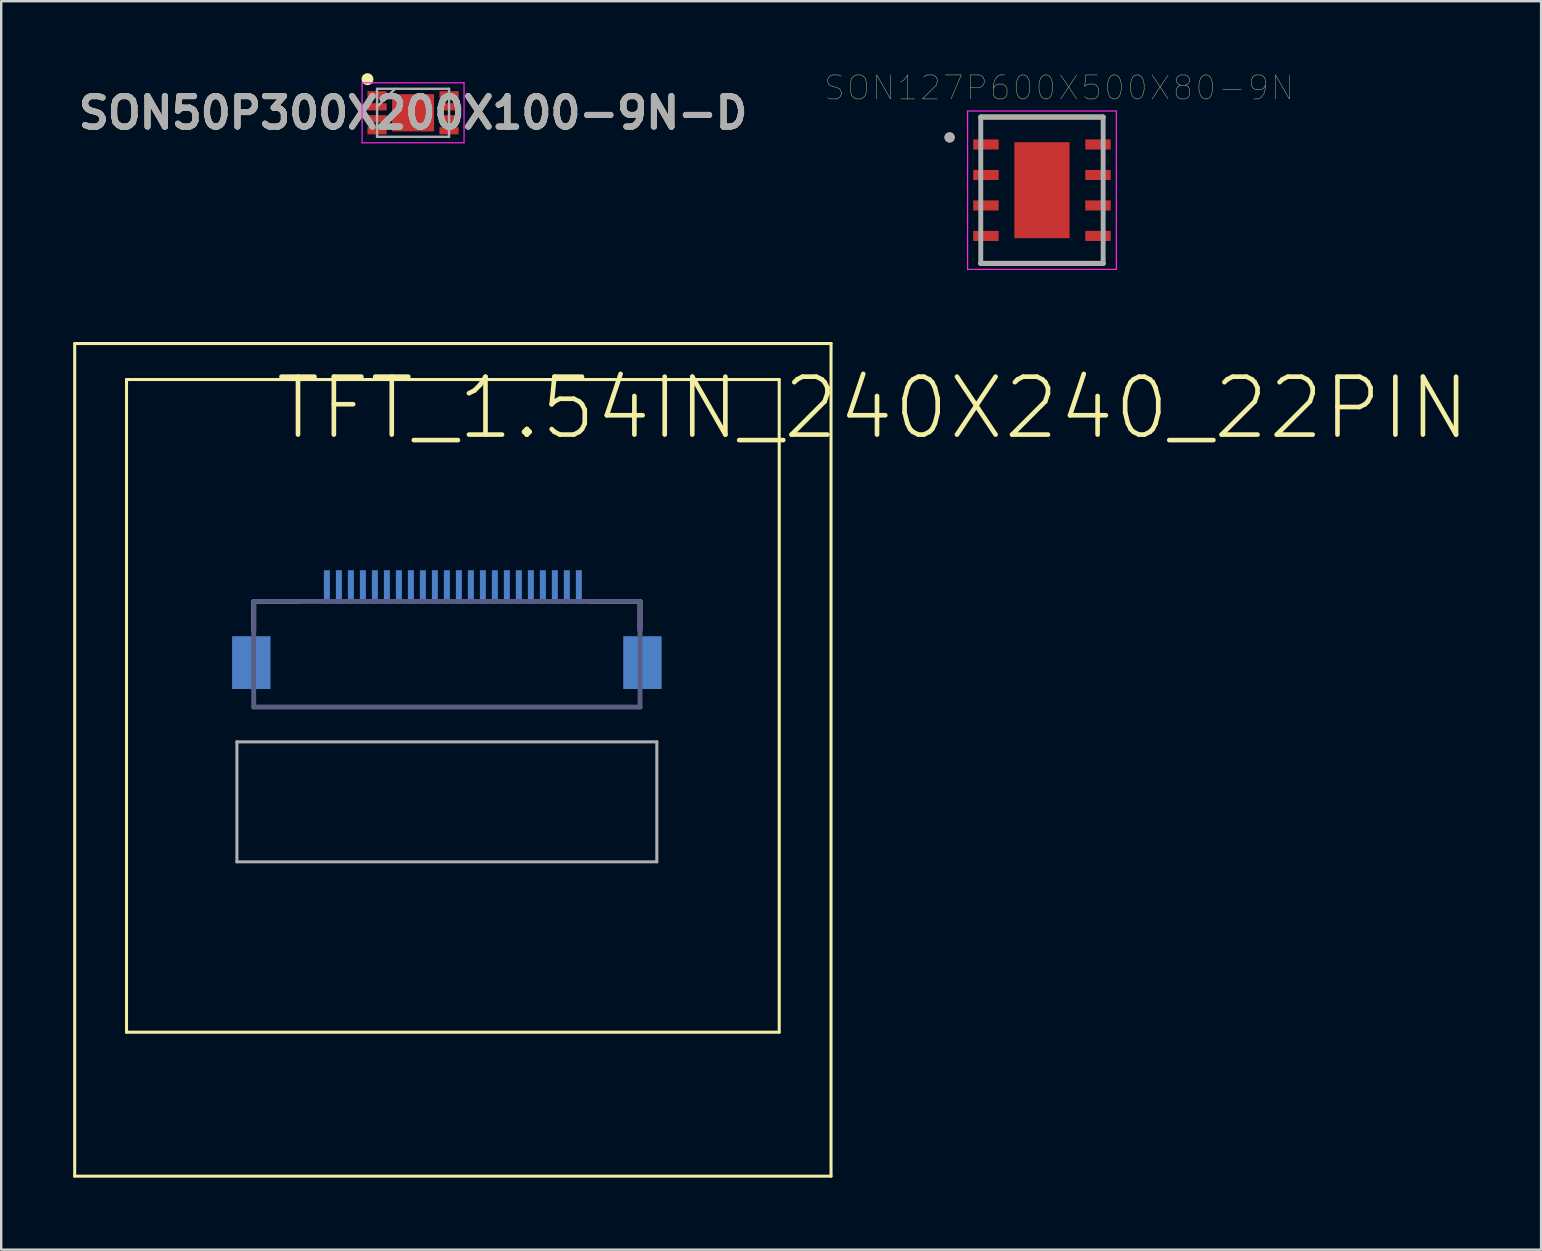
<source format=kicad_pcb>
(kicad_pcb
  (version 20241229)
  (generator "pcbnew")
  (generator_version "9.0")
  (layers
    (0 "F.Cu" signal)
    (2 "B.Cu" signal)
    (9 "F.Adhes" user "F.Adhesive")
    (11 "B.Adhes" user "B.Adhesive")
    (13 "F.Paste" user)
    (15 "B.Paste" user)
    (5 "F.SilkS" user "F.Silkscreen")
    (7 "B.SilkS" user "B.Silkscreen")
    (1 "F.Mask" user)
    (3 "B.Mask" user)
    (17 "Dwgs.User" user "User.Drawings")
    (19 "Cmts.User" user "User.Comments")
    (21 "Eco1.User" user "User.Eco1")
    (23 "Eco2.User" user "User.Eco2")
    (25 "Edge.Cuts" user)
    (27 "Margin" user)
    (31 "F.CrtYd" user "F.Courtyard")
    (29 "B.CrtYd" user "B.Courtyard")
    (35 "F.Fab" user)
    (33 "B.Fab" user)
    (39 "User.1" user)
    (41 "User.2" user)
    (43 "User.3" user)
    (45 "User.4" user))
  (footprint "SON127P600X500X80-9N"
    (layer "F.Cu")
    (at 40.373 4.877)
    (property "Reference" "SON127P600X500X80-9N" (at 0.71 -4.266 0) (layer "F.SilkS") (effects (font (size 1 1) (thickness 0.015))))
    (attr through_hole)
    (fp_line (start -2.55 -3.05) (end 2.55 -3.05) (stroke (width 0.203) (type solid)) (layer "F.SilkS"))
    (fp_line (start 2.55 3.05) (end -2.55 3.05) (stroke (width 0.203) (type solid)) (layer "F.SilkS"))
    (fp_circle (center -3.85 -2.2) (end -3.738 -2.2) (stroke (width 0.2) (type solid)) (fill no) (layer "F.SilkS"))
    (fp_poly (pts (xy -0.87 -1.72) (xy -0.14 -1.72) (xy -0.14 -0.14) (xy -0.87 -0.14)) (stroke (width 0.01) (type solid)) (fill yes) (layer "F.Paste"))
    (fp_poly (pts (xy -0.87 0.14) (xy -0.14 0.14) (xy -0.14 1.72) (xy -0.87 1.72)) (stroke (width 0.01) (type solid)) (fill yes) (layer "F.Paste"))
    (fp_poly (pts (xy 0.14 -1.72) (xy 0.87 -1.72) (xy 0.87 -0.14) (xy 0.14 -0.14)) (stroke (width 0.01) (type solid)) (fill yes) (layer "F.Paste"))
    (fp_poly (pts (xy 0.14 0.14) (xy 0.87 0.14) (xy 0.87 1.72) (xy 0.14 1.72)) (stroke (width 0.01) (type solid)) (fill yes) (layer "F.Paste"))
    (fp_line (start -3.1 -3.3) (end 3.1 -3.3) (stroke (width 0.05) (type solid)) (layer "F.CrtYd"))
    (fp_line (start -3.1 3.3) (end -3.1 -3.3) (stroke (width 0.05) (type solid)) (layer "F.CrtYd"))
    (fp_line (start 3.1 -3.3) (end 3.1 3.3) (stroke (width 0.05) (type solid)) (layer "F.CrtYd"))
    (fp_line (start 3.1 3.3) (end -3.1 3.3) (stroke (width 0.05) (type solid)) (layer "F.CrtYd"))
    (fp_line (start -2.55 -3.05) (end 2.55 -3.05) (stroke (width 0.203) (type solid)) (layer "F.Fab"))
    (fp_line (start -2.55 3.05) (end -2.55 -3.05) (stroke (width 0.203) (type solid)) (layer "F.Fab"))
    (fp_line (start 2.55 -3.05) (end 2.55 3.05) (stroke (width 0.203) (type solid)) (layer "F.Fab"))
    (fp_line (start 2.55 3.05) (end -2.55 3.05) (stroke (width 0.203) (type solid)) (layer "F.Fab"))
    (fp_circle (center -3.85 -2.2) (end -3.738 -2.2) (stroke (width 0.2) (type solid)) (fill no) (layer "F.Fab"))
    (pad "1" smd rect (at -2.335 -1.905) (size 1.06 0.42) (layers "F.Cu" "F.Mask" "F.Paste"))
    (pad "2" smd rect (at -2.335 -0.635) (size 1.06 0.42) (layers "F.Cu" "F.Mask" "F.Paste"))
    (pad "3" smd rect (at -2.335 0.635) (size 1.06 0.42) (layers "F.Cu" "F.Mask" "F.Paste"))
    (pad "4" smd rect (at -2.335 1.905) (size 1.06 0.42) (layers "F.Cu" "F.Mask" "F.Paste"))
    (pad "5" smd rect (at 2.335 1.905) (size 1.06 0.42) (layers "F.Cu" "F.Mask" "F.Paste"))
    (pad "6" smd rect (at 2.335 0.635) (size 1.06 0.42) (layers "F.Cu" "F.Mask" "F.Paste"))
    (pad "7" smd rect (at 2.335 -0.635) (size 1.06 0.42) (layers "F.Cu" "F.Mask" "F.Paste"))
    (pad "8" smd rect (at 2.335 -1.905) (size 1.06 0.42) (layers "F.Cu" "F.Mask" "F.Paste"))
    (pad "9" smd rect (at 0 0) (size 2.3 4) (layers "F.Cu" "F.Mask")))
  (footprint "TFT_1.54IN_240X240_22PIN"
    (layer "F.Cu")
    (at 15.823 24.136)
    (property "Reference" "TFT_1.54IN_240X240_22PIN" (at -7.5 -8.77 0) (layer "F.SilkS") (effects (font (size 2.413 2.413) (thickness 0.193)) (justify left bottom)))
    (attr through_hole)
    (fp_line (start -15.76 -12.87) (end 15.76 -12.87) (stroke (width 0.127) (type solid)) (layer "F.SilkS"))
    (fp_line (start -15.76 21.83) (end -15.76 -12.87) (stroke (width 0.127) (type solid)) (layer "F.SilkS"))
    (fp_line (start -13.6 -11.37) (end 13.6 -11.37) (stroke (width 0.127) (type solid)) (layer "F.SilkS"))
    (fp_line (start -13.6 15.83) (end -13.6 -11.37) (stroke (width 0.127) (type solid)) (layer "F.SilkS"))
    (fp_line (start 13.6 -11.37) (end 13.6 15.83) (stroke (width 0.127) (type solid)) (layer "F.SilkS"))
    (fp_line (start 13.6 15.83) (end -13.6 15.83) (stroke (width 0.127) (type solid)) (layer "F.SilkS"))
    (fp_line (start 15.76 -12.87) (end 15.76 21.83) (stroke (width 0.127) (type solid)) (layer "F.SilkS"))
    (fp_line (start 15.76 21.83) (end -15.76 21.83) (stroke (width 0.127) (type solid)) (layer "F.SilkS"))
    (fp_line (start -8.3 -2.122) (end -8.3 -0.922) (stroke (width 0.203) (type solid)) (layer "B.SilkS"))
    (fp_line (start -6.4 -2.122) (end -8.3 -2.122) (stroke (width 0.203) (type solid)) (layer "B.SilkS"))
    (fp_line (start 5.7 -2.122) (end 7.8 -2.122) (stroke (width 0.203) (type solid)) (layer "B.SilkS"))
    (fp_line (start 7.8 -2.122) (end 7.8 -0.922) (stroke (width 0.203) (type solid)) (layer "B.SilkS"))
    (fp_line (start -8.3 -2.122) (end -8.3 2.278) (stroke (width 0.203) (type solid)) (layer "B.Fab"))
    (fp_line (start 7.8 -2.122) (end -8.3 -2.122) (stroke (width 0.203) (type solid)) (layer "B.Fab"))
    (fp_line (start 7.8 -2.122) (end 7.8 2.278) (stroke (width 0.203) (type solid)) (layer "B.Fab"))
    (fp_line (start 7.8 2.278) (end -8.3 2.278) (stroke (width 0.203) (type solid)) (layer "B.Fab"))
    (fp_line (start -9 3.73) (end 8.5 3.73) (stroke (width 0.127) (type solid)) (layer "F.Fab"))
    (fp_line (start -9 8.73) (end -9 3.73) (stroke (width 0.127) (type solid)) (layer "F.Fab"))
    (fp_line (start 8.5 3.73) (end 8.5 8.73) (stroke (width 0.127) (type solid)) (layer "F.Fab"))
    (fp_line (start 8.5 8.73) (end -9 8.73) (stroke (width 0.127) (type solid)) (layer "F.Fab"))
    (pad "1" smd rect (at 5.25 -2.722 180) (size 0.25 1.4) (layers "B.Cu" "B.Mask" "B.Paste"))
    (pad "2" smd rect (at 4.75 -2.722 180) (size 0.25 1.4) (layers "B.Cu" "B.Mask" "B.Paste"))
    (pad "3" smd rect (at 4.25 -2.722 180) (size 0.25 1.4) (layers "B.Cu" "B.Mask" "B.Paste"))
    (pad "4" smd rect (at 3.75 -2.722 180) (size 0.25 1.4) (layers "B.Cu" "B.Mask" "B.Paste"))
    (pad "5" smd rect (at 3.25 -2.722 180) (size 0.25 1.4) (layers "B.Cu" "B.Mask" "B.Paste"))
    (pad "6" smd rect (at 2.75 -2.722 180) (size 0.25 1.4) (layers "B.Cu" "B.Mask" "B.Paste"))
    (pad "7" smd rect (at 2.25 -2.722 180) (size 0.25 1.4) (layers "B.Cu" "B.Mask" "B.Paste"))
    (pad "8" smd rect (at 1.75 -2.722 180) (size 0.25 1.4) (layers "B.Cu" "B.Mask" "B.Paste"))
    (pad "9" smd rect (at 1.25 -2.722 180) (size 0.25 1.4) (layers "B.Cu" "B.Mask" "B.Paste"))
    (pad "10" smd rect (at 0.75 -2.722 180) (size 0.25 1.4) (layers "B.Cu" "B.Mask" "B.Paste"))
    (pad "11" smd rect (at 0.25 -2.722 180) (size 0.25 1.4) (layers "B.Cu" "B.Mask" "B.Paste"))
    (pad "12" smd rect (at -0.25 -2.722 180) (size 0.25 1.4) (layers "B.Cu" "B.Mask" "B.Paste"))
    (pad "13" smd rect (at -0.75 -2.722 180) (size 0.25 1.4) (layers "B.Cu" "B.Mask" "B.Paste"))
    (pad "14" smd rect (at -1.25 -2.722 180) (size 0.25 1.4) (layers "B.Cu" "B.Mask" "B.Paste"))
    (pad "15" smd rect (at -1.75 -2.722 180) (size 0.25 1.4) (layers "B.Cu" "B.Mask" "B.Paste"))
    (pad "16" smd rect (at -2.25 -2.722 180) (size 0.25 1.4) (layers "B.Cu" "B.Mask" "B.Paste"))
    (pad "17" smd rect (at -2.75 -2.722 180) (size 0.25 1.4) (layers "B.Cu" "B.Mask" "B.Paste"))
    (pad "18" smd rect (at -3.25 -2.722 180) (size 0.25 1.4) (layers "B.Cu" "B.Mask" "B.Paste"))
    (pad "19" smd rect (at -3.75 -2.722 180) (size 0.25 1.4) (layers "B.Cu" "B.Mask" "B.Paste"))
    (pad "20" smd rect (at -4.25 -2.722 180) (size 0.25 1.4) (layers "B.Cu" "B.Mask" "B.Paste"))
    (pad "21" smd rect (at -4.75 -2.722 180) (size 0.25 1.4) (layers "B.Cu" "B.Mask" "B.Paste"))
    (pad "22" smd rect (at -5.25 -2.722 180) (size 0.25 1.4) (layers "B.Cu" "B.Mask" "B.Paste"))
    (pad "SUPPORT1" smd rect (at 7.9 0.428 180) (size 1.6 2.2) (layers "B.Cu" "B.Mask" "B.Paste"))
    (pad "SUPPORT2" smd rect (at -8.4 0.428 180) (size 1.6 2.2) (layers "B.Cu" "B.Mask" "B.Paste")))
  (footprint "SON50P300X200X100-9N-D"
    (layer "F.Cu")
    (at 14.164 1.65)
    (property "Reference" "SON50P300X200X100-9N-D" (at 0 0 0) (layer "F.SilkS") (effects (font (size 1.27 1.27) (thickness 0.254))))
    (attr smd)
    (fp_circle (center -1.9 -1.4) (end -1.9 -1.275) (stroke (width 0.25) (type solid)) (fill no) (layer "F.SilkS"))
    (fp_line (start -2.125 -1.25) (end 2.125 -1.25) (stroke (width 0.05) (type solid)) (layer "F.CrtYd"))
    (fp_line (start -2.125 1.25) (end -2.125 -1.25) (stroke (width 0.05) (type solid)) (layer "F.CrtYd"))
    (fp_line (start 2.125 -1.25) (end 2.125 1.25) (stroke (width 0.05) (type solid)) (layer "F.CrtYd"))
    (fp_line (start 2.125 1.25) (end -2.125 1.25) (stroke (width 0.05) (type solid)) (layer "F.CrtYd"))
    (fp_line (start -1.5 -1) (end 1.5 -1) (stroke (width 0.1) (type solid)) (layer "F.Fab"))
    (fp_line (start -1.5 -0.25) (end -0.75 -1) (stroke (width 0.1) (type solid)) (layer "F.Fab"))
    (fp_line (start -1.5 1) (end -1.5 -1) (stroke (width 0.1) (type solid)) (layer "F.Fab"))
    (fp_line (start 1.5 -1) (end 1.5 1) (stroke (width 0.1) (type solid)) (layer "F.Fab"))
    (fp_line (start 1.5 1) (end -1.5 1) (stroke (width 0.1) (type solid)) (layer "F.Fab"))
    (fp_text user "${REFERENCE}" (at 0 0 0) (layer "F.Fab") (effects (font (size 1.27 1.27) (thickness 0.254))))
    (pad "1" smd rect (at -1.5 -0.75 90) (size 0.3 0.8) (layers "F.Cu" "F.Mask" "F.Paste"))
    (pad "2" smd rect (at -1.5 -0.25 90) (size 0.3 0.8) (layers "F.Cu" "F.Mask" "F.Paste"))
    (pad "3" smd rect (at -1.5 0.25 90) (size 0.3 0.8) (layers "F.Cu" "F.Mask" "F.Paste"))
    (pad "4" smd rect (at -1.5 0.75 90) (size 0.3 0.8) (layers "F.Cu" "F.Mask" "F.Paste"))
    (pad "5" smd rect (at 1.5 0.75 90) (size 0.3 0.8) (layers "F.Cu" "F.Mask" "F.Paste"))
    (pad "6" smd rect (at 1.5 0.25 90) (size 0.3 0.8) (layers "F.Cu" "F.Mask" "F.Paste"))
    (pad "7" smd rect (at 1.5 -0.25 90) (size 0.3 0.8) (layers "F.Cu" "F.Mask" "F.Paste"))
    (pad "8" smd rect (at 1.5 -0.75 90) (size 0.3 0.8) (layers "F.Cu" "F.Mask" "F.Paste"))
    (pad "9" smd rect (at 0 0 90) (size 1.55 1.75) (layers "F.Cu" "F.Mask" "F.Paste")))
  (gr_rect
    (start -3 -3)
    (end 61.174 49.029)
    (stroke (width 0.1) (type default))
    (fill no)
    (layer "Edge.Cuts")))
</source>
